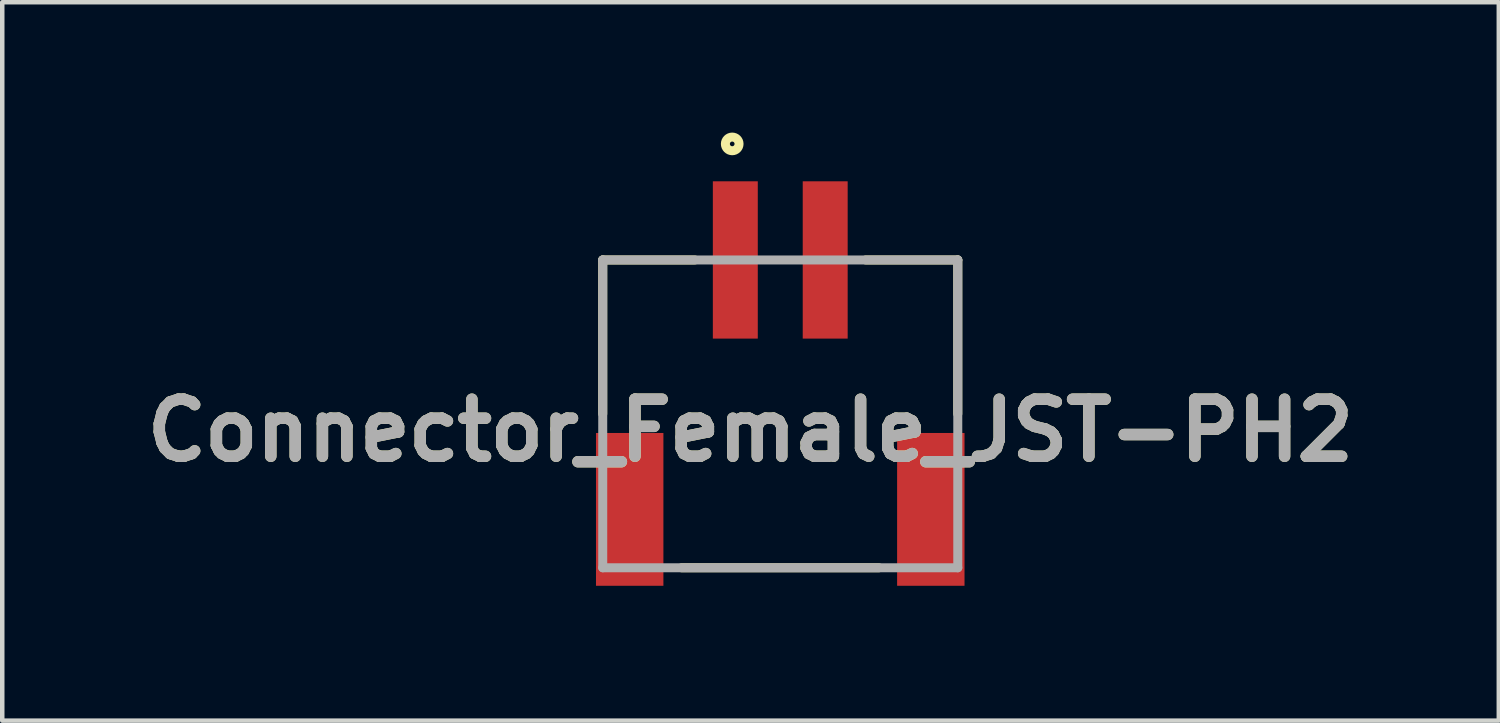
<source format=kicad_pcb>
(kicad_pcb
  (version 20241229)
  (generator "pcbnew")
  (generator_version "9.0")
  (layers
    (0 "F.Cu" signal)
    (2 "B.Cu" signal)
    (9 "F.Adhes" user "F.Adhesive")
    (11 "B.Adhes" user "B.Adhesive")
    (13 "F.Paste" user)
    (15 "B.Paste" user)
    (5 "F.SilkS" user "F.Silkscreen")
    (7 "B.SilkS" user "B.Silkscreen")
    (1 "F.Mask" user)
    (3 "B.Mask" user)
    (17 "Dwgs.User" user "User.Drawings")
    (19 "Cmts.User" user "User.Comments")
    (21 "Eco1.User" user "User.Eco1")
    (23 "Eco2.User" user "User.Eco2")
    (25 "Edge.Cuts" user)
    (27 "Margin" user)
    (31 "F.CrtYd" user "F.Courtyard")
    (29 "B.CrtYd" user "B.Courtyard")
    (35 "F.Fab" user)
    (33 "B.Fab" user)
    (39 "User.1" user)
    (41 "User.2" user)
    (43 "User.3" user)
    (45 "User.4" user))
  (footprint "Connector_Female_JST-PH2"
    (layer "F.Cu")
    (at 14.311 2.734)
    (property "Reference" "Connector_Female_JST-PH2" (at -0.662 3.794 0) (layer "F.SilkS") (effects (font (size 1.27 1.27) (thickness 0.254))))
    (attr smd)
    (fp_line (start -3.95 0) (end -3.95 3.425) (stroke (width 0.2) (type solid)) (layer "F.SilkS"))
    (fp_line (start -3.95 0) (end -1.9 0) (stroke (width 0.2) (type solid)) (layer "F.SilkS"))
    (fp_line (start -2.196 6.849) (end 2.196 6.849) (stroke (width 0.2) (type solid)) (layer "F.SilkS"))
    (fp_line (start 3.95 0) (end 1.9 0) (stroke (width 0.2) (type solid)) (layer "F.SilkS"))
    (fp_line (start 3.95 0) (end 3.95 3.425) (stroke (width 0.2) (type solid)) (layer "F.SilkS"))
    (fp_circle (center -1.069 -2.582) (end -1.069 -2.53) (stroke (width 0.2) (type solid)) (fill no) (layer "F.SilkS"))
    (fp_line (start -3.95 0) (end 3.95 0) (stroke (width 0.2) (type solid)) (layer "F.Fab"))
    (fp_line (start -3.95 6.849) (end -3.95 0) (stroke (width 0.2) (type solid)) (layer "F.Fab"))
    (fp_line (start 3.95 0) (end 3.95 6.849) (stroke (width 0.2) (type solid)) (layer "F.Fab"))
    (fp_line (start 3.95 6.849) (end -3.95 6.849) (stroke (width 0.2) (type solid)) (layer "F.Fab"))
    (fp_text user "${REFERENCE}" (at -0.662 3.794 0) (layer "F.Fab") (effects (font (size 1.27 1.27) (thickness 0.254))))
    (pad "1" smd rect (at -1 0) (size 1 3.5) (layers "F.Cu" "F.Mask" "F.Paste"))
    (pad "2" smd rect (at 1 0) (size 1 3.5) (layers "F.Cu" "F.Mask" "F.Paste"))
    (pad "3" smd rect (at -3.35 5.55) (size 1.5 3.4) (layers "F.Cu" "F.Mask" "F.Paste"))
    (pad "4" smd rect (at 3.35 5.55) (size 1.5 3.4) (layers "F.Cu" "F.Mask" "F.Paste")))
  (gr_rect
    (start -3 -3)
    (end 30.299 12.984)
    (stroke (width 0.1) (type default))
    (fill no)
    (layer "Edge.Cuts")))
</source>
